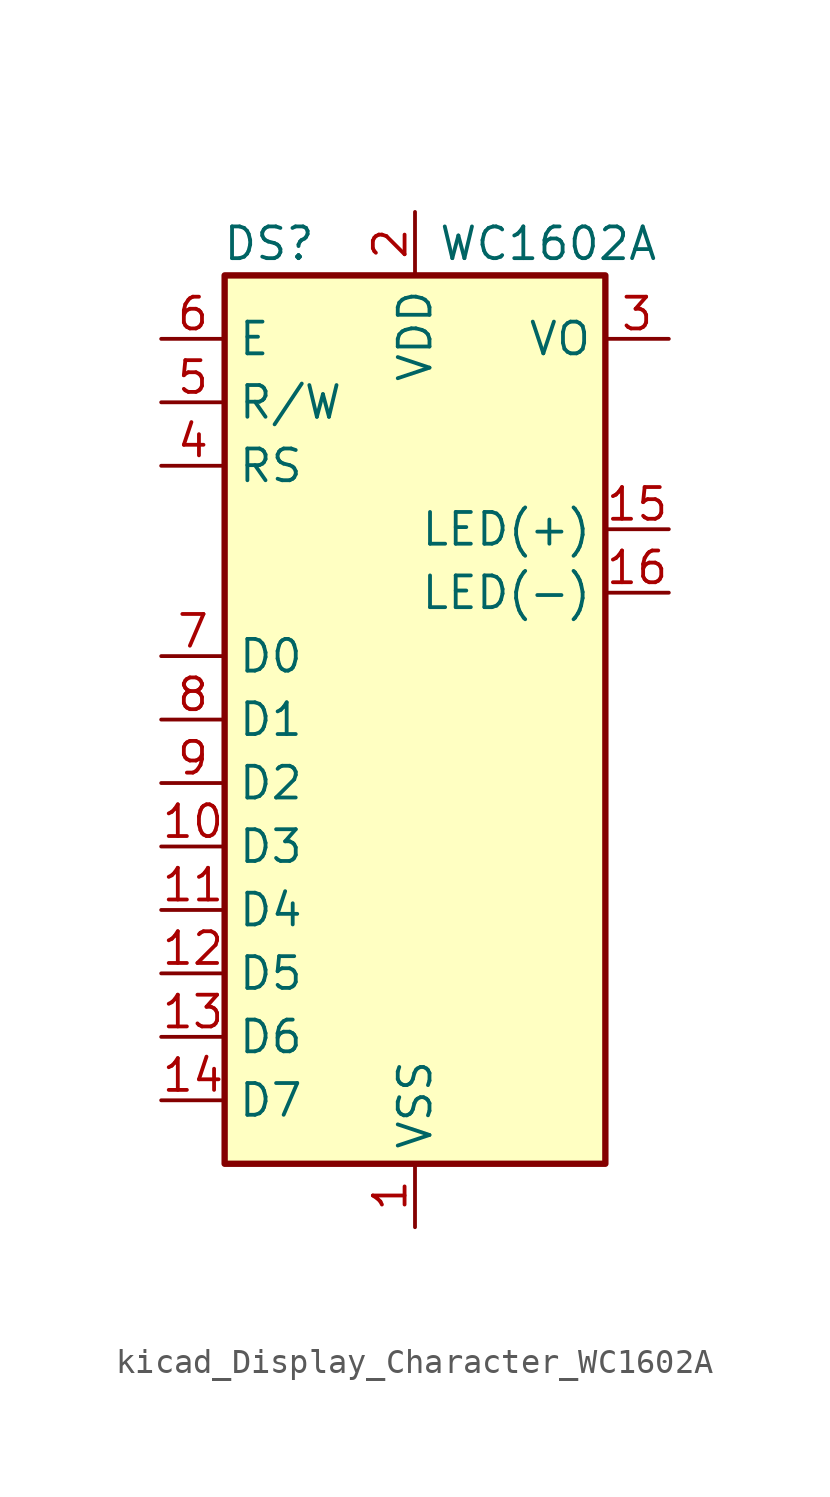
<source format=kicad_sym>
(kicad_symbol_lib
  (version 20220914)
  (generator kicad_symbol_editor)
  (symbol "kicad_Display_Character_WC1602A"
    (property "Reference" "DS"
      (at -5.842 19.05 0)
      (effects (font (size 1.27 1.27))))
    (property "Value" "WC1602A"
      (at 5.334 19.05 0)
      (effects (font (size 1.27 1.27))))
    (symbol "kicad_Display_Character_WC1602A_1_1"
      (rectangle (start -7.62 17.78) (end 7.62 -17.78) (stroke (width 0.254) (type default)) (fill (type background)))
      (pin power_in line (at 0 -20.32 90) (length 2.54) (name "VSS" (effects (font (size 1.27 1.27)))) (number "1" (effects (font (size 1.27 1.27)))))
      (pin input line (at -10.16 -5.08 0) (length 2.54) (name "D3" (effects (font (size 1.27 1.27)))) (number "10" (effects (font (size 1.27 1.27)))))
      (pin input line (at -10.16 -7.62 0) (length 2.54) (name "D4" (effects (font (size 1.27 1.27)))) (number "11" (effects (font (size 1.27 1.27)))))
      (pin input line (at -10.16 -10.16 0) (length 2.54) (name "D5" (effects (font (size 1.27 1.27)))) (number "12" (effects (font (size 1.27 1.27)))))
      (pin input line (at -10.16 -12.7 0) (length 2.54) (name "D6" (effects (font (size 1.27 1.27)))) (number "13" (effects (font (size 1.27 1.27)))))
      (pin input line (at -10.16 -15.24 0) (length 2.54) (name "D7" (effects (font (size 1.27 1.27)))) (number "14" (effects (font (size 1.27 1.27)))))
      (pin power_in line (at 10.16 7.62 180) (length 2.54) (name "LED(+)" (effects (font (size 1.27 1.27)))) (number "15" (effects (font (size 1.27 1.27)))))
      (pin power_in line (at 10.16 5.08 180) (length 2.54) (name "LED(-)" (effects (font (size 1.27 1.27)))) (number "16" (effects (font (size 1.27 1.27)))))
      (pin power_in line (at 0 20.32 270) (length 2.54) (name "VDD" (effects (font (size 1.27 1.27)))) (number "2" (effects (font (size 1.27 1.27)))))
      (pin input line (at 10.16 15.24 180) (length 2.54) (name "VO" (effects (font (size 1.27 1.27)))) (number "3" (effects (font (size 1.27 1.27)))))
      (pin input line (at -10.16 10.16 0) (length 2.54) (name "RS" (effects (font (size 1.27 1.27)))) (number "4" (effects (font (size 1.27 1.27)))))
      (pin input line (at -10.16 12.7 0) (length 2.54) (name "R/W" (effects (font (size 1.27 1.27)))) (number "5" (effects (font (size 1.27 1.27)))))
      (pin input line (at -10.16 15.24 0) (length 2.54) (name "E" (effects (font (size 1.27 1.27)))) (number "6" (effects (font (size 1.27 1.27)))))
      (pin input line (at -10.16 2.54 0) (length 2.54) (name "D0" (effects (font (size 1.27 1.27)))) (number "7" (effects (font (size 1.27 1.27)))))
      (pin input line (at -10.16 0 0) (length 2.54) (name "D1" (effects (font (size 1.27 1.27)))) (number "8" (effects (font (size 1.27 1.27)))))
      (pin input line (at -10.16 -2.54 0) (length 2.54) (name "D2" (effects (font (size 1.27 1.27)))) (number "9" (effects (font (size 1.27 1.27))))))))
</source>
